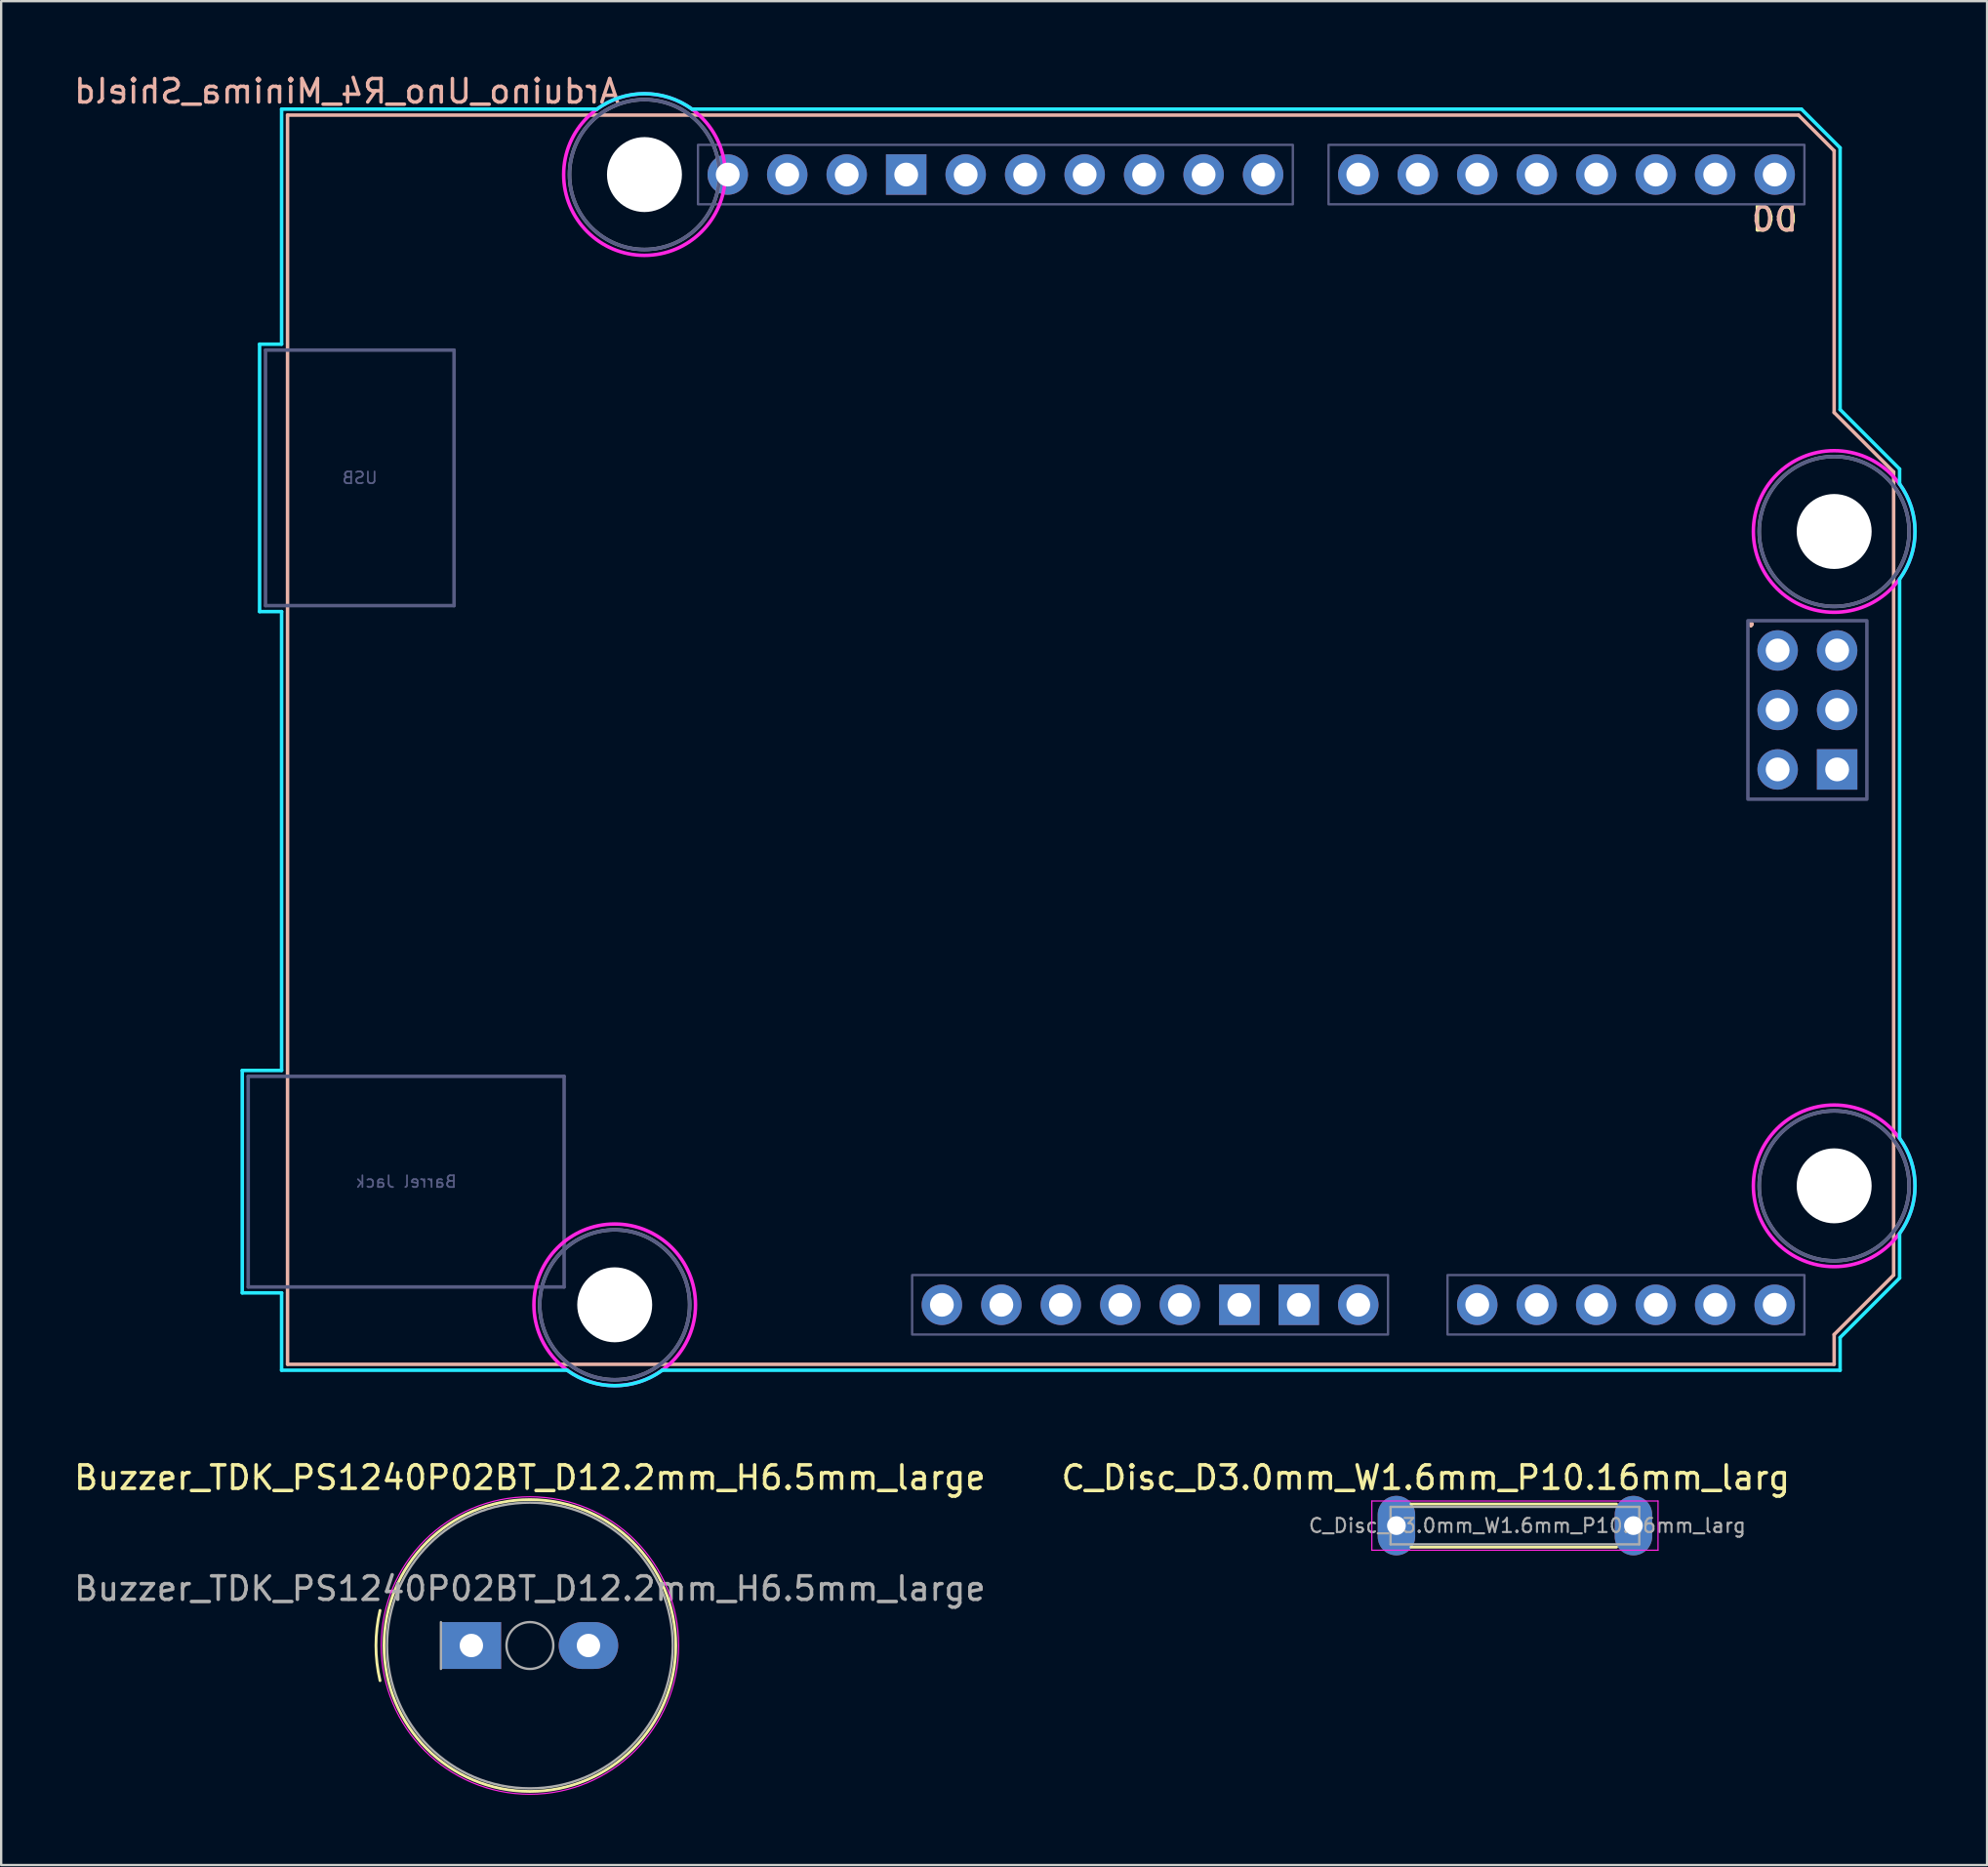
<source format=kicad_pcb>
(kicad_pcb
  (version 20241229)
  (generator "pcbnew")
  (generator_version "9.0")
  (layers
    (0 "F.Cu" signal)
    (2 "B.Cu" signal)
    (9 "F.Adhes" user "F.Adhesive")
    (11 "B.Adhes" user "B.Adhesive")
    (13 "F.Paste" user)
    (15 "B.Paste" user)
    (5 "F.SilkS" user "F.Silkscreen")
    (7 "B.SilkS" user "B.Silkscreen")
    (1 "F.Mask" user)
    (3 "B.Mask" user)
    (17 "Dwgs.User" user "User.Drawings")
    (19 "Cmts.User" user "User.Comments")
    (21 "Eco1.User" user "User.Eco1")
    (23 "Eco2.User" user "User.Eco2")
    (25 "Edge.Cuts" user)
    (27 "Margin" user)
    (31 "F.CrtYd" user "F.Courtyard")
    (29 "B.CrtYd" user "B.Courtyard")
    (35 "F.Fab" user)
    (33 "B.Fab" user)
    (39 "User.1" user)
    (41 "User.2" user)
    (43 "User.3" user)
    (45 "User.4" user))
  (footprint "C_Disc_D3.0mm_W1.6mm_P10.16mm_larg"
    (layer "F.Cu")
    (at 56.577 62.092)
    (property "Reference" "C_Disc_D3.0mm_W1.6mm_P10.16mm_larg" (at 1.25 -2.05 0) (layer "F.SilkS") (effects (font (size 1 1) (thickness 0.15))))
    (attr through_hole)
    (fp_line (start 0.621 -0.92) (end 9.398 -0.92) (stroke (width 0.12) (type solid)) (layer "F.SilkS"))
    (fp_line (start 0.621 0.92) (end 9.398 0.92) (stroke (width 0.12) (type solid)) (layer "F.SilkS"))
    (fp_line (start -1.05 -1.05) (end -1.05 1.05) (stroke (width 0.05) (type solid)) (layer "F.CrtYd"))
    (fp_line (start -1.05 1.05) (end 11.17 1.05) (stroke (width 0.05) (type solid)) (layer "F.CrtYd"))
    (fp_line (start 11.17 -1.05) (end -1.05 -1.05) (stroke (width 0.05) (type solid)) (layer "F.CrtYd"))
    (fp_line (start 11.17 1.05) (end 11.17 -1.05) (stroke (width 0.05) (type solid)) (layer "F.CrtYd"))
    (fp_line (start -0.25 -0.8) (end -0.25 0.8) (stroke (width 0.1) (type solid)) (layer "F.Fab"))
    (fp_line (start -0.25 0.8) (end 10.37 0.8) (stroke (width 0.1) (type solid)) (layer "F.Fab"))
    (fp_line (start 10.37 -0.8) (end -0.25 -0.8) (stroke (width 0.1) (type solid)) (layer "F.Fab"))
    (fp_line (start 10.37 0.8) (end 10.37 -0.8) (stroke (width 0.1) (type solid)) (layer "F.Fab"))
    (fp_text user "${REFERENCE}" (at 5.588 0 0) (layer "F.Fab") (effects (font (size 0.6 0.6) (thickness 0.09))))
    (pad "1" thru_hole oval (at 0 0) (size 1.6 2.54) (drill 0.8) (layers "*.Cu" "*.Mask"))
    (pad "2" thru_hole oval (at 10.12 0) (size 1.6 2.54) (drill 0.8) (layers "*.Cu" "*.Mask")))
  (footprint "Buzzer_TDK_PS1240P02BT_D12.2mm_H6.5mm_large"
    (layer "F.Cu")
    (at 17.077 67.212)
    (property "Reference" "Buzzer_TDK_PS1240P02BT_D12.2mm_H6.5mm_large" (at 2.5 -7.17 0) (layer "F.SilkS") (effects (font (size 1 1) (thickness 0.15))))
    (attr through_hole)
    (fp_arc (start -3.9 1.499999) (mid -4.073431 0) (end -3.9 -1.5) (stroke (width 0.12) (type solid)) (layer "F.SilkS"))
    (fp_circle (center 2.5 0) (end 8.73 0) (stroke (width 0.12) (type solid)) (fill no) (layer "F.SilkS"))
    (fp_circle (center 2.5 0) (end 8.85 0) (stroke (width 0.05) (type solid)) (fill no) (layer "F.CrtYd"))
    (fp_line (start -1.3 -1) (end -1.3 1) (stroke (width 0.1) (type solid)) (layer "F.Fab"))
    (fp_circle (center 2.5 0) (end 3.5 0) (stroke (width 0.1) (type solid)) (fill no) (layer "F.Fab"))
    (fp_circle (center 2.5 0) (end 8.6 0) (stroke (width 0.1) (type solid)) (fill no) (layer "F.Fab"))
    (fp_text user "${REFERENCE}" (at 2.5 -2.43 0) (layer "F.Fab") (effects (font (size 1 1) (thickness 0.15))))
    (pad "1" thru_hole rect (at 0 0) (size 2.54 2) (drill 1) (layers "*.Cu" "*.Mask"))
    (pad "2" thru_hole oval (at 5 0) (size 2.54 2) (drill 1) (layers "*.Cu" "*.Mask")))
  (footprint "Arduino_Uno_R4_Minima_Shield"
    (layer "F.Cu")
    (at 9.228 55.204)
    (property "Reference" "Arduino_Uno_R4_Minima_Shield" (at 2.54 -54.356 0) (layer "B.SilkS") (effects (font (size 1 1) (thickness 0.15)) (justify mirror)))
    (attr through_hole)
    (fp_line (start 0 -53.34) (end 0 0) (stroke (width 0.15) (type solid)) (layer "B.SilkS"))
    (fp_line (start 0 -53.34) (end 64.516 -53.34) (stroke (width 0.15) (type solid)) (layer "B.SilkS"))
    (fp_line (start 0 0) (end 66.04 0) (stroke (width 0.15) (type solid)) (layer "B.SilkS"))
    (fp_line (start 64.516 -53.34) (end 66.04 -51.816) (stroke (width 0.15) (type solid)) (layer "B.SilkS"))
    (fp_line (start 66.04 -40.64) (end 66.04 -51.816) (stroke (width 0.15) (type solid)) (layer "B.SilkS"))
    (fp_line (start 66.04 -1.27) (end 68.58 -3.81) (stroke (width 0.15) (type solid)) (layer "B.SilkS"))
    (fp_line (start 66.04 0) (end 66.04 -1.27) (stroke (width 0.15) (type solid)) (layer "B.SilkS"))
    (fp_line (start 68.58 -38.1) (end 66.04 -40.64) (stroke (width 0.15) (type solid)) (layer "B.SilkS"))
    (fp_line (start 68.58 -3.81) (end 68.58 -38.1) (stroke (width 0.15) (type solid)) (layer "B.SilkS"))
    (fp_line (start -1.934 -12.548) (end -1.934 -3.049) (stroke (width 0.15) (type solid)) (layer "B.CrtYd"))
    (fp_line (start -1.934 -12.548) (end -0.254 -12.548) (stroke (width 0.15) (type solid)) (layer "B.CrtYd"))
    (fp_line (start -1.934 -3.049) (end -0.254 -3.049) (stroke (width 0.15) (type solid)) (layer "B.CrtYd"))
    (fp_line (start -1.194 -43.558) (end -0.254 -43.558) (stroke (width 0.15) (type solid)) (layer "B.CrtYd"))
    (fp_line (start -1.194 -32.14) (end -1.194 -43.558) (stroke (width 0.15) (type solid)) (layer "B.CrtYd"))
    (fp_line (start -0.254 -53.594) (end -0.254 -43.558) (stroke (width 0.15) (type solid)) (layer "B.CrtYd"))
    (fp_line (start -0.254 -32.14) (end -1.194 -32.14) (stroke (width 0.15) (type solid)) (layer "B.CrtYd"))
    (fp_line (start -0.254 -32.14) (end -0.254 -12.548) (stroke (width 0.15) (type solid)) (layer "B.CrtYd"))
    (fp_line (start -0.254 -3.049) (end -0.254 0.254) (stroke (width 0.15) (type solid)) (layer "B.CrtYd"))
    (fp_line (start 11.938 0.254) (end -0.254 0.254) (stroke (width 0.15) (type solid)) (layer "B.CrtYd"))
    (fp_line (start 13.208 -53.594) (end -0.254 -53.594) (stroke (width 0.15) (type solid)) (layer "B.CrtYd"))
    (fp_line (start 16.002 0.254) (end 66.294 0.254) (stroke (width 0.15) (type solid)) (layer "B.CrtYd"))
    (fp_line (start 17.272 -53.594) (end 64.643 -53.594) (stroke (width 0.15) (type solid)) (layer "B.CrtYd"))
    (fp_line (start 64.643 -53.594) (end 66.294 -51.943) (stroke (width 0.15) (type solid)) (layer "B.CrtYd"))
    (fp_line (start 66.294 -40.767) (end 66.294 -51.943) (stroke (width 0.15) (type solid)) (layer "B.CrtYd"))
    (fp_line (start 66.294 -1.143) (end 68.834 -3.683) (stroke (width 0.15) (type solid)) (layer "B.CrtYd"))
    (fp_line (start 66.294 0.254) (end 66.294 -1.143) (stroke (width 0.15) (type solid)) (layer "B.CrtYd"))
    (fp_line (start 68.834 -38.227) (end 66.294 -40.767) (stroke (width 0.15) (type solid)) (layer "B.CrtYd"))
    (fp_line (start 68.834 -38.227) (end 68.834 -37.592) (stroke (width 0.15) (type solid)) (layer "B.CrtYd"))
    (fp_line (start 68.834 -9.652) (end 68.834 -33.528) (stroke (width 0.15) (type solid)) (layer "B.CrtYd"))
    (fp_line (start 68.834 -5.588) (end 68.834 -3.683) (stroke (width 0.15) (type solid)) (layer "B.CrtYd"))
    (fp_arc (start 13.208 -53.594) (mid 15.24 -54.254237) (end 17.272 -53.594) (stroke (width 0.15) (type solid)) (layer "B.CrtYd"))
    (fp_arc (start 16.002 0.254) (mid 13.97 0.914237) (end 11.938 0.254) (stroke (width 0.15) (type solid)) (layer "B.CrtYd"))
    (fp_arc (start 68.834 -37.592) (mid 69.494238 -35.56) (end 68.834 -33.528) (stroke (width 0.15) (type solid)) (layer "B.CrtYd"))
    (fp_arc (start 68.834 -9.652) (mid 69.494238 -7.62) (end 68.834 -5.588) (stroke (width 0.15) (type solid)) (layer "B.CrtYd"))
    (fp_circle (center 13.97 -2.54) (end 17.42 -2.54) (stroke (width 0.15) (type solid)) (fill no) (layer "F.CrtYd"))
    (fp_circle (center 15.24 -50.8) (end 18.69 -50.8) (stroke (width 0.15) (type solid)) (fill no) (layer "F.CrtYd"))
    (fp_circle (center 66.04 -35.56) (end 69.49 -35.56) (stroke (width 0.15) (type solid)) (fill no) (layer "F.CrtYd"))
    (fp_circle (center 66.04 -7.62) (end 69.49 -7.62) (stroke (width 0.15) (type solid)) (fill no) (layer "F.CrtYd"))
    (fp_line (start -1.68 -12.294) (end -1.68 -3.303) (stroke (width 0.15) (type solid)) (layer "B.Fab"))
    (fp_line (start -1.68 -12.294) (end 11.81 -12.294) (stroke (width 0.15) (type solid)) (layer "B.Fab"))
    (fp_line (start -1.68 -3.303) (end 11.81 -3.303) (stroke (width 0.15) (type solid)) (layer "B.Fab"))
    (fp_line (start -0.94 -43.304) (end 7.11 -43.304) (stroke (width 0.15) (type solid)) (layer "B.Fab"))
    (fp_line (start -0.94 -32.394) (end -0.94 -43.304) (stroke (width 0.15) (type solid)) (layer "B.Fab"))
    (fp_line (start -0.94 -32.394) (end 7.11 -32.394) (stroke (width 0.15) (type solid)) (layer "B.Fab"))
    (fp_line (start 7.11 -32.394) (end 7.11 -43.304) (stroke (width 0.15) (type solid)) (layer "B.Fab"))
    (fp_line (start 11.81 -12.294) (end 11.81 -3.303) (stroke (width 0.15) (type solid)) (layer "B.Fab"))
    (fp_rect (start 17.526 -52.07) (end 42.926 -49.53) (stroke (width 0.1) (type solid)) (fill no) (layer "B.Fab"))
    (fp_rect (start 26.67 -3.81) (end 46.99 -1.27) (stroke (width 0.1) (type solid)) (fill no) (layer "B.Fab"))
    (fp_rect (start 44.45 -52.07) (end 64.77 -49.53) (stroke (width 0.1) (type solid)) (fill no) (layer "B.Fab"))
    (fp_rect (start 49.53 -3.81) (end 64.77 -1.27) (stroke (width 0.1) (type solid)) (fill no) (layer "B.Fab"))
    (fp_rect (start 62.357 -31.75) (end 67.437 -24.13) (stroke (width 0.15) (type solid)) (fill no) (layer "B.Fab"))
    (fp_circle (center 13.97 -2.54) (end 17.17 -2.54) (stroke (width 0.15) (type solid)) (fill no) (layer "B.Fab"))
    (fp_circle (center 15.24 -50.8) (end 18.44 -50.8) (stroke (width 0.15) (type solid)) (fill no) (layer "B.Fab"))
    (fp_circle (center 66.04 -35.56) (end 69.24 -35.56) (stroke (width 0.15) (type solid)) (fill no) (layer "B.Fab"))
    (fp_circle (center 66.04 -7.62) (end 69.24 -7.62) (stroke (width 0.15) (type solid)) (fill no) (layer "B.Fab"))
    (fp_circle (center 13.97 -2.54) (end 17.17 -2.54) (stroke (width 0.15) (type solid)) (fill no) (layer "F.Fab"))
    (fp_circle (center 15.24 -50.8) (end 18.44 -50.8) (stroke (width 0.15) (type solid)) (fill no) (layer "F.Fab"))
    (fp_circle (center 66.04 -35.56) (end 69.24 -35.56) (stroke (width 0.15) (type solid)) (fill no) (layer "F.Fab"))
    (fp_circle (center 66.04 -7.62) (end 69.24 -7.62) (stroke (width 0.15) (type solid)) (fill no) (layer "F.Fab"))
    (fp_text user "." (at 62.484 -32.004 0) (layer "F.SilkS") (effects (font (size 1 1) (thickness 0.15))))
    (fp_text user "D0" (at 63.5 -48.895 0) (unlocked yes) (layer "F.SilkS") (effects (font (size 1 1) (thickness 0.15))))
    (fp_text user "D0" (at 63.5 -48.895 0) (unlocked yes) (layer "B.SilkS") (effects (font (size 1 1) (thickness 0.15)) (justify mirror)))
    (fp_text user "." (at 62.484 -32.004 0) (layer "B.SilkS") (effects (font (size 1 1) (thickness 0.15))))
    (fp_text user "USB" (at 3.085 -37.849 0) (layer "B.Fab") (effects (font (size 0.5 0.5) (thickness 0.075)) (justify mirror)))
    (fp_text user "Barrel Jack" (at 5.065 -7.798 0) (layer "B.Fab") (effects (font (size 0.5 0.5) (thickness 0.075)) (justify mirror)))
    (pad "" np_thru_hole circle (at 13.97 -2.54) (size 3.2 3.2) (drill 3.2) (layers "*.Cu" "*.Mask"))
    (pad "" np_thru_hole circle (at 15.24 -50.8) (size 3.2 3.2) (drill 3.2) (layers "*.Cu" "*.Mask"))
    (pad "" np_thru_hole circle (at 66.04 -35.56) (size 3.2 3.2) (drill 3.2) (layers "*.Cu" "*.Mask"))
    (pad "" np_thru_hole circle (at 66.04 -7.62) (size 3.2 3.2) (drill 3.2) (layers "*.Cu" "*.Mask"))
    (pad "3V3" thru_hole oval (at 35.56 -2.54) (size 1.727 1.727) (drill 1.016) (layers "*.Cu" "*.Mask"))
    (pad "5V1" thru_hole oval (at 38.1 -2.54) (size 1.727 1.727) (drill 1.016) (layers "*.Cu" "*.Mask"))
    (pad "5V2" thru_hole oval (at 66.167 -30.48) (size 1.727 1.727) (drill 1.016) (layers "*.Cu" "*.Mask"))
    (pad "A0" thru_hole oval (at 50.8 -2.54) (size 1.727 1.727) (drill 1.016) (layers "*.Cu" "*.Mask"))
    (pad "A1" thru_hole oval (at 53.34 -2.54) (size 1.727 1.727) (drill 1.016) (layers "*.Cu" "*.Mask"))
    (pad "A2" thru_hole oval (at 55.88 -2.54) (size 1.727 1.727) (drill 1.016) (layers "*.Cu" "*.Mask"))
    (pad "A3" thru_hole oval (at 58.42 -2.54) (size 1.727 1.727) (drill 1.016) (layers "*.Cu" "*.Mask"))
    (pad "A4" thru_hole oval (at 60.96 -2.54) (size 1.727 1.727) (drill 1.016) (layers "*.Cu" "*.Mask"))
    (pad "A5" thru_hole oval (at 63.5 -2.54) (size 1.727 1.727) (drill 1.016) (layers "*.Cu" "*.Mask"))
    (pad "AREF" thru_hole oval (at 23.876 -50.8) (size 1.727 1.727) (drill 1.016) (layers "*.Cu" "*.Mask"))
    (pad "BOOT" thru_hole oval (at 27.94 -2.54) (size 1.727 1.727) (drill 1.016) (layers "*.Cu" "*.Mask"))
    (pad "D0" thru_hole oval (at 63.5 -50.8) (size 1.727 1.727) (drill 1.016) (layers "*.Cu" "*.Mask"))
    (pad "D1" thru_hole oval (at 60.96 -50.8) (size 1.727 1.727) (drill 1.016) (layers "*.Cu" "*.Mask"))
    (pad "D2" thru_hole oval (at 58.42 -50.8) (size 1.727 1.727) (drill 1.016) (layers "*.Cu" "*.Mask"))
    (pad "D3" thru_hole oval (at 55.88 -50.8) (size 1.727 1.727) (drill 1.016) (layers "*.Cu" "*.Mask"))
    (pad "D4" thru_hole oval (at 53.34 -50.8) (size 1.727 1.727) (drill 1.016) (layers "*.Cu" "*.Mask"))
    (pad "D5" thru_hole oval (at 50.8 -50.8) (size 1.727 1.727) (drill 1.016) (layers "*.Cu" "*.Mask"))
    (pad "D6" thru_hole oval (at 48.26 -50.8) (size 1.727 1.727) (drill 1.016) (layers "*.Cu" "*.Mask"))
    (pad "D7" thru_hole oval (at 45.72 -50.8) (size 1.727 1.727) (drill 1.016) (layers "*.Cu" "*.Mask"))
    (pad "D8" thru_hole oval (at 41.656 -50.8) (size 1.727 1.727) (drill 1.016) (layers "*.Cu" "*.Mask"))
    (pad "D9" thru_hole oval (at 39.116 -50.8) (size 1.727 1.727) (drill 1.016) (layers "*.Cu" "*.Mask"))
    (pad "D10" thru_hole oval (at 36.576 -50.8) (size 1.727 1.727) (drill 1.016) (layers "*.Cu" "*.Mask"))
    (pad "D11" thru_hole oval (at 34.036 -50.8) (size 1.727 1.727) (drill 1.016) (layers "*.Cu" "*.Mask"))
    (pad "D12" thru_hole oval (at 31.496 -50.8) (size 1.727 1.727) (drill 1.016) (layers "*.Cu" "*.Mask"))
    (pad "D13" thru_hole oval (at 28.956 -50.8) (size 1.727 1.727) (drill 1.016) (layers "*.Cu" "*.Mask"))
    (pad "GND1" thru_hole rect (at 26.416 -50.8) (size 1.727 1.727) (drill 1.016) (layers "*.Cu" "*.Mask"))
    (pad "GND2" thru_hole rect (at 40.64 -2.54) (size 1.727 1.727) (drill 1.016) (layers "*.Cu" "*.Mask"))
    (pad "GND3" thru_hole rect (at 43.18 -2.54) (size 1.727 1.727) (drill 1.016) (layers "*.Cu" "*.Mask"))
    (pad "GND4" thru_hole rect (at 66.167 -25.4) (size 1.727 1.727) (drill 1.016) (layers "*.Cu" "*.Mask"))
    (pad "IORF" thru_hole oval (at 30.48 -2.54) (size 1.727 1.727) (drill 1.016) (layers "*.Cu" "*.Mask"))
    (pad "MISO" thru_hole oval (at 63.627 -30.48) (size 1.727 1.727) (drill 1.016) (layers "*.Cu" "*.Mask"))
    (pad "MOSI" thru_hole oval (at 66.167 -27.94) (size 1.727 1.727) (drill 1.016) (layers "*.Cu" "*.Mask"))
    (pad "RST1" thru_hole oval (at 33.02 -2.54) (size 1.727 1.727) (drill 1.016) (layers "*.Cu" "*.Mask"))
    (pad "RST2" thru_hole oval (at 63.627 -25.4) (size 1.727 1.727) (drill 1.016) (layers "*.Cu" "*.Mask"))
    (pad "SCK" thru_hole oval (at 63.627 -27.94) (size 1.727 1.727) (drill 1.016) (layers "*.Cu" "*.Mask"))
    (pad "SCL" thru_hole oval (at 18.796 -50.8) (size 1.727 1.727) (drill 1.016) (layers "*.Cu" "*.Mask"))
    (pad "SDA" thru_hole oval (at 21.336 -50.8) (size 1.727 1.727) (drill 1.016) (layers "*.Cu" "*.Mask"))
    (pad "VIN" thru_hole oval (at 45.72 -2.54) (size 1.727 1.727) (drill 1.016) (layers "*.Cu" "*.Mask")))
  (gr_rect
    (start -3 -3)
    (end 81.797 76.587)
    (stroke (width 0.1) (type default))
    (fill no)
    (layer "Edge.Cuts")))
</source>
